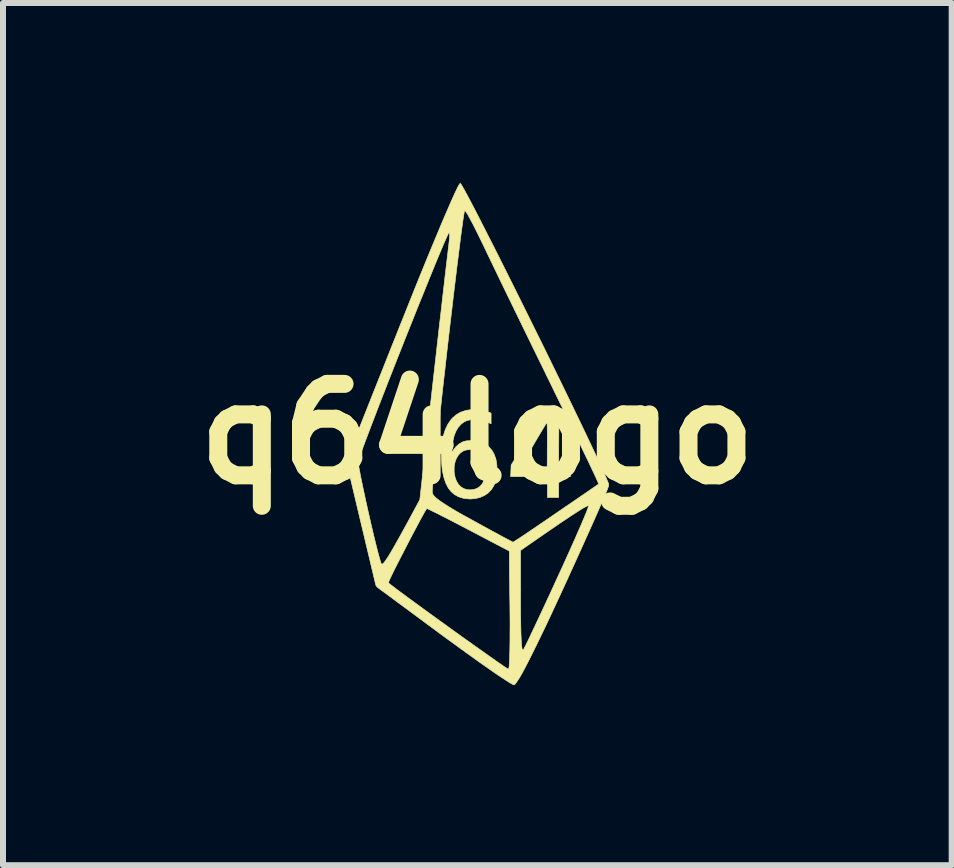
<source format=kicad_pcb>
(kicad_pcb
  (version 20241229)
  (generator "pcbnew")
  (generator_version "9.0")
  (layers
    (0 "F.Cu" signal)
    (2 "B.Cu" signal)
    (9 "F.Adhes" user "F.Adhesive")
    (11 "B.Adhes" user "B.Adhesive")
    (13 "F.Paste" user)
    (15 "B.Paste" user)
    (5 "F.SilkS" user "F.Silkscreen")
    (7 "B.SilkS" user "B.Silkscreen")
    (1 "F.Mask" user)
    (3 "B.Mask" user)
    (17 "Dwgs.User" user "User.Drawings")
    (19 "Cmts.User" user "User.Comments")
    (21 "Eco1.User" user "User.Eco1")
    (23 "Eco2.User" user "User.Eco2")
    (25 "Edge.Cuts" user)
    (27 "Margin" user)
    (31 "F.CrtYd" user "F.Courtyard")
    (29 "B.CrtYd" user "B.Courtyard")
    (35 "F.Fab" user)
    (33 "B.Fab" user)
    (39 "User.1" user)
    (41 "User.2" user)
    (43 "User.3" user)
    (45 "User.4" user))
  (footprint "q64logo"
    (layer "F.Cu")
    (at 4.906 4.183)
    (property "Reference" "q64logo" (at 0 0 0) (layer "F.SilkS") (effects (font (size 1.524 1.524) (thickness 0.3))))
    (attr through_hole)
    (fp_poly (pts (xy 1.357 0.089) (xy 1.354 0.56) (xy 1.452 0.557) (xy 1.549 0.555) (xy 1.549 0.633) (xy 1.549 0.711) (xy 1.355 0.711) (xy 1.355 1.058) (xy 1.168 1.058) (xy 1.168 0.711) (xy 0.861 0.711) (xy 0.555 0.711) (xy 0.559 0.614) (xy 0.562 0.549) (xy 0.717 0.549) (xy 0.719 0.552) (xy 0.726 0.555) (xy 0.74 0.556) (xy 0.763 0.557) (xy 0.796 0.558) (xy 0.843 0.558) (xy 0.903 0.557) (xy 0.937 0.557) (xy 1.164 0.555) (xy 1.166 0.174) (xy 1.166 0.071) (xy 1.166 -0.015) (xy 1.165 -0.084) (xy 1.164 -0.136) (xy 1.163 -0.172) (xy 1.161 -0.191) (xy 1.159 -0.195) (xy 1.153 -0.185) (xy 1.139 -0.162) (xy 1.119 -0.128) (xy 1.093 -0.085) (xy 1.063 -0.035) (xy 1.029 0.022) (xy 0.993 0.083) (xy 0.955 0.147) (xy 0.917 0.211) (xy 0.879 0.274) (xy 0.843 0.334) (xy 0.809 0.391) (xy 0.78 0.441) (xy 0.755 0.483) (xy 0.736 0.515) (xy 0.723 0.536) (xy 0.719 0.544) (xy 0.717 0.549) (xy 0.562 0.549) (xy 0.563 0.517) (xy 0.847 0.069) (xy 1.13 -0.38) (xy 1.359 -0.381) (xy 1.357 0.089)) (stroke (width 0.01) (type solid)) (fill yes) (layer "F.SilkS"))
    (fp_poly (pts (xy 0.055 -0.396) (xy 0.134 -0.38) (xy 0.205 -0.357) (xy 0.229 -0.348) (xy 0.229 -0.17) (xy 0.176 -0.194) (xy 0.112 -0.219) (xy 0.051 -0.234) (xy -0.016 -0.24) (xy -0.051 -0.24) (xy -0.117 -0.236) (xy -0.172 -0.224) (xy -0.22 -0.201) (xy -0.266 -0.167) (xy -0.275 -0.159) (xy -0.317 -0.112) (xy -0.354 -0.051) (xy -0.382 0.017) (xy -0.393 0.055) (xy -0.401 0.09) (xy -0.408 0.134) (xy -0.415 0.183) (xy -0.42 0.23) (xy -0.423 0.268) (xy -0.423 0.284) (xy -0.423 0.297) (xy -0.42 0.299) (xy -0.412 0.29) (xy -0.399 0.267) (xy -0.398 0.266) (xy -0.358 0.213) (xy -0.305 0.167) (xy -0.254 0.137) (xy -0.229 0.126) (xy -0.203 0.119) (xy -0.173 0.114) (xy -0.133 0.112) (xy -0.122 0.111) (xy -0.04 0.113) (xy 0.03 0.123) (xy 0.092 0.145) (xy 0.148 0.178) (xy 0.194 0.216) (xy 0.246 0.277) (xy 0.285 0.349) (xy 0.312 0.431) (xy 0.326 0.524) (xy 0.328 0.626) (xy 0.327 0.635) (xy 0.321 0.704) (xy 0.311 0.763) (xy 0.294 0.816) (xy 0.272 0.868) (xy 0.231 0.931) (xy 0.179 0.984) (xy 0.115 1.027) (xy 0.044 1.058) (xy -0.035 1.077) (xy -0.119 1.084) (xy -0.207 1.076) (xy -0.237 1.071) (xy -0.313 1.047) (xy -0.38 1.01) (xy -0.438 0.96) (xy -0.486 0.897) (xy -0.526 0.82) (xy -0.557 0.729) (xy -0.58 0.624) (xy -0.58 0.621) (xy -0.387 0.621) (xy -0.386 0.641) (xy -0.372 0.719) (xy -0.348 0.786) (xy -0.313 0.842) (xy -0.27 0.885) (xy -0.218 0.914) (xy -0.16 0.93) (xy -0.095 0.93) (xy -0.035 0.918) (xy 0.003 0.902) (xy 0.039 0.878) (xy 0.043 0.874) (xy 0.079 0.834) (xy 0.106 0.786) (xy 0.124 0.728) (xy 0.133 0.659) (xy 0.134 0.576) (xy 0.134 0.561) (xy 0.127 0.483) (xy 0.113 0.42) (xy 0.09 0.368) (xy 0.059 0.327) (xy 0.018 0.295) (xy -0.004 0.284) (xy -0.055 0.266) (xy -0.113 0.26) (xy -0.172 0.264) (xy -0.226 0.279) (xy -0.228 0.28) (xy -0.276 0.31) (xy -0.317 0.353) (xy -0.35 0.408) (xy -0.373 0.472) (xy -0.386 0.544) (xy -0.387 0.621) (xy -0.58 0.621) (xy -0.584 0.596) (xy -0.588 0.562) (xy -0.592 0.516) (xy -0.595 0.465) (xy -0.598 0.414) (xy -0.598 0.406) (xy -0.599 0.268) (xy -0.588 0.142) (xy -0.566 0.027) (xy -0.534 -0.075) (xy -0.49 -0.165) (xy -0.436 -0.242) (xy -0.418 -0.263) (xy -0.355 -0.318) (xy -0.285 -0.36) (xy -0.205 -0.388) (xy -0.178 -0.395) (xy -0.107 -0.404) (xy -0.028 -0.404) (xy 0.055 -0.396)) (stroke (width 0.01) (type solid)) (fill yes) (layer "F.SilkS"))
    (fp_poly (pts (xy -0.278 -4.17) (xy -0.263 -4.149) (xy -0.242 -4.113) (xy -0.215 -4.064) (xy -0.181 -4.003) (xy -0.142 -3.93) (xy -0.098 -3.846) (xy -0.048 -3.751) (xy 0.006 -3.646) (xy 0.064 -3.533) (xy 0.126 -3.411) (xy 0.192 -3.281) (xy 0.262 -3.144) (xy 0.334 -3.001) (xy 0.409 -2.852) (xy 0.486 -2.698) (xy 0.565 -2.54) (xy 0.645 -2.379) (xy 0.727 -2.214) (xy 0.81 -2.047) (xy 0.893 -1.879) (xy 0.977 -1.709) (xy 1.061 -1.54) (xy 1.144 -1.371) (xy 1.226 -1.203) (xy 1.307 -1.037) (xy 1.387 -0.873) (xy 1.465 -0.713) (xy 1.541 -0.556) (xy 1.614 -0.405) (xy 1.685 -0.258) (xy 1.752 -0.118) (xy 1.816 0.016) (xy 1.876 0.143) (xy 1.932 0.261) (xy 1.984 0.371) (xy 2.031 0.472) (xy 2.072 0.562) (xy 2.108 0.642) (xy 2.138 0.71) (xy 2.16 0.762) (xy 2.176 0.799) (xy 2.185 0.825) (xy 2.189 0.843) (xy 2.188 0.858) (xy 2.185 0.874) (xy 2.184 0.876) (xy 2.176 0.9) (xy 2.161 0.939) (xy 2.139 0.991) (xy 2.112 1.055) (xy 2.08 1.131) (xy 2.042 1.217) (xy 2.001 1.312) (xy 1.955 1.416) (xy 1.905 1.528) (xy 1.852 1.645) (xy 1.797 1.769) (xy 1.739 1.897) (xy 1.68 2.028) (xy 1.619 2.162) (xy 1.557 2.298) (xy 1.495 2.434) (xy 1.433 2.569) (xy 1.371 2.704) (xy 1.31 2.835) (xy 1.25 2.964) (xy 1.192 3.088) (xy 1.177 3.12) (xy 1.135 3.209) (xy 1.09 3.302) (xy 1.044 3.397) (xy 0.998 3.492) (xy 0.952 3.586) (xy 0.907 3.676) (xy 0.865 3.76) (xy 0.826 3.837) (xy 0.791 3.904) (xy 0.761 3.96) (xy 0.738 4.003) (xy 0.735 4.007) (xy 0.705 4.059) (xy 0.676 4.104) (xy 0.651 4.141) (xy 0.631 4.167) (xy 0.616 4.181) (xy 0.611 4.182) (xy 0.601 4.179) (xy 0.581 4.169) (xy 0.559 4.157) (xy 0.524 4.136) (xy 0.477 4.106) (xy 0.418 4.067) (xy 0.348 4.021) (xy 0.269 3.967) (xy 0.182 3.906) (xy 0.087 3.84) (xy -0.014 3.768) (xy -0.12 3.692) (xy -0.23 3.613) (xy -0.344 3.53) (xy -0.46 3.446) (xy -0.578 3.36) (xy -0.695 3.273) (xy -0.704 3.266) (xy -0.76 3.225) (xy -0.825 3.177) (xy -0.894 3.126) (xy -0.963 3.075) (xy -1.028 3.027) (xy -1.054 3.008) (xy -1.117 2.961) (xy -1.187 2.909) (xy -1.26 2.855) (xy -1.332 2.803) (xy -1.396 2.755) (xy -1.418 2.738) (xy -1.469 2.701) (xy -1.517 2.665) (xy -1.561 2.633) (xy -1.599 2.606) (xy -1.627 2.585) (xy -1.64 2.575) (xy -1.67 2.552) (xy -1.687 2.53) (xy -1.693 2.515) (xy -1.696 2.503) (xy -1.701 2.483) (xy -1.477 2.483) (xy -1.471 2.492) (xy -1.437 2.518) (xy -1.392 2.552) (xy -1.338 2.594) (xy -1.274 2.641) (xy -1.202 2.694) (xy -1.124 2.752) (xy -1.038 2.814) (xy -0.948 2.88) (xy -0.854 2.949) (xy -0.755 3.02) (xy -0.655 3.093) (xy -0.553 3.166) (xy -0.451 3.24) (xy -0.348 3.314) (xy -0.248 3.386) (xy -0.149 3.456) (xy -0.054 3.524) (xy 0.038 3.589) (xy 0.124 3.65) (xy 0.204 3.707) (xy 0.277 3.758) (xy 0.342 3.804) (xy 0.399 3.843) (xy 0.445 3.875) (xy 0.481 3.898) (xy 0.505 3.914) (xy 0.517 3.92) (xy 0.517 3.92) (xy 0.522 3.913) (xy 0.527 3.894) (xy 0.528 3.888) (xy 0.531 3.861) (xy 0.534 3.819) (xy 0.537 3.763) (xy 0.539 3.694) (xy 0.541 3.615) (xy 0.543 3.526) (xy 0.544 3.43) (xy 0.544 3.327) (xy 0.545 3.22) (xy 0.545 3.11) (xy 0.544 2.998) (xy 0.543 2.886) (xy 0.542 2.79) (xy 0.54 2.694) (xy 0.539 2.597) (xy 0.538 2.503) (xy 0.536 2.413) (xy 0.535 2.33) (xy 0.535 2.255) (xy 0.534 2.192) (xy 0.534 2.143) (xy 0.533 2.121) (xy 0.533 1.952) (xy 0.513 1.941) (xy 0.72 1.941) (xy 0.72 2.598) (xy 0.72 2.76) (xy 0.72 2.905) (xy 0.721 3.034) (xy 0.723 3.149) (xy 0.725 3.249) (xy 0.727 3.335) (xy 0.73 3.407) (xy 0.733 3.468) (xy 0.737 3.516) (xy 0.741 3.553) (xy 0.746 3.579) (xy 0.752 3.594) (xy 0.759 3.601) (xy 0.766 3.598) (xy 0.766 3.597) (xy 0.773 3.587) (xy 0.785 3.563) (xy 0.803 3.528) (xy 0.825 3.483) (xy 0.851 3.431) (xy 0.879 3.372) (xy 0.898 3.332) (xy 0.976 3.166) (xy 1.053 3.003) (xy 1.128 2.842) (xy 1.201 2.685) (xy 1.272 2.531) (xy 1.34 2.382) (xy 1.406 2.239) (xy 1.468 2.102) (xy 1.527 1.972) (xy 1.582 1.849) (xy 1.633 1.735) (xy 1.679 1.629) (xy 1.721 1.534) (xy 1.757 1.449) (xy 1.788 1.375) (xy 1.814 1.313) (xy 1.833 1.263) (xy 1.846 1.227) (xy 1.852 1.204) (xy 1.852 1.197) (xy 1.843 1.197) (xy 1.825 1.203) (xy 1.797 1.217) (xy 1.758 1.239) (xy 1.709 1.269) (xy 1.649 1.308) (xy 1.577 1.354) (xy 1.493 1.41) (xy 1.397 1.474) (xy 1.289 1.548) (xy 1.168 1.631) (xy 1.056 1.708) (xy 0.72 1.941) (xy 0.513 1.941) (xy 0.307 1.833) (xy 0.243 1.8) (xy 0.168 1.76) (xy 0.086 1.717) (xy 0.000072 1.672) (xy -0.085 1.627) (xy -0.166 1.585) (xy -0.207 1.563) (xy -0.281 1.525) (xy -0.358 1.485) (xy -0.435 1.445) (xy -0.508 1.407) (xy -0.576 1.373) (xy -0.634 1.343) (xy -0.668 1.326) (xy -0.841 1.241) (xy -0.854 1.261) (xy -0.868 1.282) (xy -0.888 1.317) (xy -0.914 1.364) (xy -0.945 1.42) (xy -0.98 1.486) (xy -1.018 1.558) (xy -1.06 1.636) (xy -1.103 1.718) (xy -1.147 1.802) (xy -1.191 1.888) (xy -1.235 1.973) (xy -1.278 2.056) (xy -1.318 2.135) (xy -1.356 2.209) (xy -1.39 2.277) (xy -1.419 2.337) (xy -1.444 2.388) (xy -1.462 2.427) (xy -1.474 2.454) (xy -1.477 2.462) (xy -1.477 2.483) (xy -1.701 2.483) (xy -1.703 2.475) (xy -1.713 2.434) (xy -1.726 2.379) (xy -1.742 2.311) (xy -1.761 2.232) (xy -1.782 2.143) (xy -1.805 2.045) (xy -1.831 1.938) (xy -1.858 1.825) (xy -1.886 1.705) (xy -1.916 1.58) (xy -1.943 1.467) (xy -2.181 0.463) (xy -1.99 0.463) (xy -1.977 0.539) (xy -1.964 0.607) (xy -1.95 0.685) (xy -1.932 0.772) (xy -1.913 0.865) (xy -1.892 0.963) (xy -1.87 1.066) (xy -1.847 1.171) (xy -1.823 1.278) (xy -1.799 1.384) (xy -1.775 1.49) (xy -1.751 1.592) (xy -1.728 1.69) (xy -1.705 1.783) (xy -1.684 1.869) (xy -1.664 1.947) (xy -1.646 2.015) (xy -1.63 2.072) (xy -1.617 2.117) (xy -1.607 2.148) (xy -1.599 2.164) (xy -1.599 2.165) (xy -1.59 2.17) (xy -1.578 2.165) (xy -1.561 2.15) (xy -1.538 2.121) (xy -1.52 2.095) (xy -1.497 2.062) (xy -1.469 2.017) (xy -1.435 1.96) (xy -1.394 1.89) (xy -1.348 1.808) (xy -1.294 1.712) (xy -1.234 1.603) (xy -1.166 1.479) (xy -1.098 1.353) (xy -0.959 1.096) (xy -0.943 0.954) (xy -0.751 0.954) (xy -0.751 0.979) (xy -0.746 0.996) (xy -0.738 1.012) (xy -0.737 1.013) (xy -0.715 1.041) (xy -0.677 1.075) (xy -0.625 1.115) (xy -0.557 1.161) (xy -0.474 1.214) (xy -0.376 1.273) (xy -0.364 1.28) (xy -0.336 1.297) (xy -0.297 1.319) (xy -0.248 1.346) (xy -0.192 1.377) (xy -0.128 1.412) (xy -0.06 1.45) (xy 0.011 1.489) (xy 0.085 1.53) (xy 0.159 1.57) (xy 0.232 1.61) (xy 0.303 1.648) (xy 0.369 1.684) (xy 0.429 1.717) (xy 0.483 1.745) (xy 0.528 1.769) (xy 0.562 1.787) (xy 0.585 1.799) (xy 0.595 1.803) (xy 0.595 1.803) (xy 0.603 1.799) (xy 0.624 1.786) (xy 0.656 1.765) (xy 0.697 1.739) (xy 0.745 1.707) (xy 0.799 1.671) (xy 0.858 1.631) (xy 0.891 1.608) (xy 0.935 1.579) (xy 0.988 1.543) (xy 1.049 1.501) (xy 1.116 1.456) (xy 1.188 1.407) (xy 1.263 1.355) (xy 1.342 1.301) (xy 1.421 1.247) (xy 1.501 1.192) (xy 1.579 1.139) (xy 1.655 1.087) (xy 1.727 1.037) (xy 1.795 0.991) (xy 1.856 0.949) (xy 1.909 0.912) (xy 1.953 0.882) (xy 1.988 0.858) (xy 2.011 0.842) (xy 2.021 0.834) (xy 2.022 0.834) (xy 2.019 0.825) (xy 2.009 0.802) (xy 1.992 0.763) (xy 1.968 0.709) (xy 1.936 0.641) (xy 1.897 0.559) (xy 1.851 0.461) (xy 1.797 0.35) (xy 1.737 0.225) (xy 1.67 0.085) (xy 1.595 -0.068) (xy 1.514 -0.236) (xy 1.426 -0.417) (xy 1.331 -0.611) (xy 1.23 -0.819) (xy 1.122 -1.04) (xy 1.097 -1.092) (xy 0.977 -1.337) (xy 0.864 -1.568) (xy 0.759 -1.783) (xy 0.661 -1.985) (xy 0.57 -2.172) (xy 0.485 -2.346) (xy 0.407 -2.507) (xy 0.336 -2.654) (xy 0.271 -2.789) (xy 0.212 -2.912) (xy 0.159 -3.022) (xy 0.155 -3.031) (xy 0.09 -3.167) (xy 0.031 -3.287) (xy -0.021 -3.392) (xy -0.066 -3.482) (xy -0.106 -3.557) (xy -0.139 -3.618) (xy -0.165 -3.665) (xy -0.186 -3.697) (xy -0.201 -3.716) (xy -0.211 -3.721) (xy -0.212 -3.72) (xy -0.216 -3.709) (xy -0.221 -3.681) (xy -0.228 -3.639) (xy -0.237 -3.582) (xy -0.247 -3.512) (xy -0.258 -3.429) (xy -0.271 -3.335) (xy -0.285 -3.229) (xy -0.299 -3.113) (xy -0.315 -2.987) (xy -0.332 -2.853) (xy -0.349 -2.712) (xy -0.367 -2.563) (xy -0.386 -2.408) (xy -0.405 -2.248) (xy -0.424 -2.084) (xy -0.444 -1.916) (xy -0.464 -1.745) (xy -0.484 -1.572) (xy -0.504 -1.399) (xy -0.524 -1.224) (xy -0.543 -1.051) (xy -0.563 -0.879) (xy -0.582 -0.709) (xy -0.6 -0.542) (xy -0.618 -0.378) (xy -0.635 -0.22) (xy -0.652 -0.067) (xy -0.668 0.08) (xy -0.682 0.219) (xy -0.696 0.351) (xy -0.708 0.473) (xy -0.72 0.587) (xy -0.729 0.689) (xy -0.738 0.781) (xy -0.745 0.86) (xy -0.749 0.919) (xy -0.751 0.954) (xy -0.943 0.954) (xy -0.865 0.25) (xy -0.846 0.085) (xy -0.827 -0.085) (xy -0.807 -0.259) (xy -0.788 -0.436) (xy -0.767 -0.615) (xy -0.747 -0.794) (xy -0.727 -0.973) (xy -0.707 -1.151) (xy -0.687 -1.325) (xy -0.668 -1.496) (xy -0.649 -1.663) (xy -0.631 -1.823) (xy -0.613 -1.976) (xy -0.596 -2.122) (xy -0.581 -2.258) (xy -0.566 -2.384) (xy -0.553 -2.498) (xy -0.542 -2.6) (xy -0.531 -2.688) (xy -0.523 -2.762) (xy -0.516 -2.819) (xy -0.507 -2.893) (xy -0.499 -2.966) (xy -0.49 -3.035) (xy -0.483 -3.098) (xy -0.476 -3.152) (xy -0.472 -3.194) (xy -0.47 -3.208) (xy -0.464 -3.267) (xy -0.462 -3.31) (xy -0.464 -3.338) (xy -0.47 -3.352) (xy -0.474 -3.353) (xy -0.48 -3.345) (xy -0.492 -3.322) (xy -0.509 -3.285) (xy -0.531 -3.235) (xy -0.559 -3.173) (xy -0.59 -3.098) (xy -0.626 -3.013) (xy -0.666 -2.918) (xy -0.709 -2.814) (xy -0.755 -2.701) (xy -0.804 -2.581) (xy -0.855 -2.454) (xy -0.909 -2.321) (xy -0.965 -2.184) (xy -1.022 -2.042) (xy -1.08 -1.896) (xy -1.139 -1.748) (xy -1.199 -1.599) (xy -1.258 -1.448) (xy -1.318 -1.298) (xy -1.377 -1.148) (xy -1.435 -1) (xy -1.493 -0.854) (xy -1.548 -0.711) (xy -1.602 -0.573) (xy -1.654 -0.439) (xy -1.703 -0.311) (xy -1.75 -0.19) (xy -1.793 -0.075) (xy -1.833 0.03) (xy -1.87 0.127) (xy -1.902 0.214) (xy -1.93 0.29) (xy -1.953 0.355) (xy -1.963 0.386) (xy -1.99 0.463) (xy -2.181 0.463) (xy -2.184 0.448) (xy -1.752 -0.642) (xy -1.663 -0.866) (xy -1.579 -1.076) (xy -1.502 -1.271) (xy -1.43 -1.453) (xy -1.362 -1.622) (xy -1.3 -1.779) (xy -1.241 -1.925) (xy -1.187 -2.06) (xy -1.137 -2.186) (xy -1.09 -2.303) (xy -1.047 -2.411) (xy -1.006 -2.512) (xy -0.968 -2.607) (xy -0.932 -2.695) (xy -0.898 -2.778) (xy -0.866 -2.857) (xy -0.835 -2.933) (xy -0.81 -2.993) (xy -0.737 -3.169) (xy -0.669 -3.332) (xy -0.607 -3.482) (xy -0.549 -3.617) (xy -0.497 -3.738) (xy -0.45 -3.845) (xy -0.409 -3.938) (xy -0.374 -4.015) (xy -0.344 -4.078) (xy -0.32 -4.126) (xy -0.301 -4.158) (xy -0.289 -4.175) (xy -0.285 -4.178) (xy -0.278 -4.17)) (stroke (width 0.01) (type solid)) (fill yes) (layer "F.SilkS")))
  (gr_rect
    (start -3 -3)
    (end 12.812 11.37)
    (stroke (width 0.1) (type default))
    (fill no)
    (layer "Edge.Cuts")))
</source>
